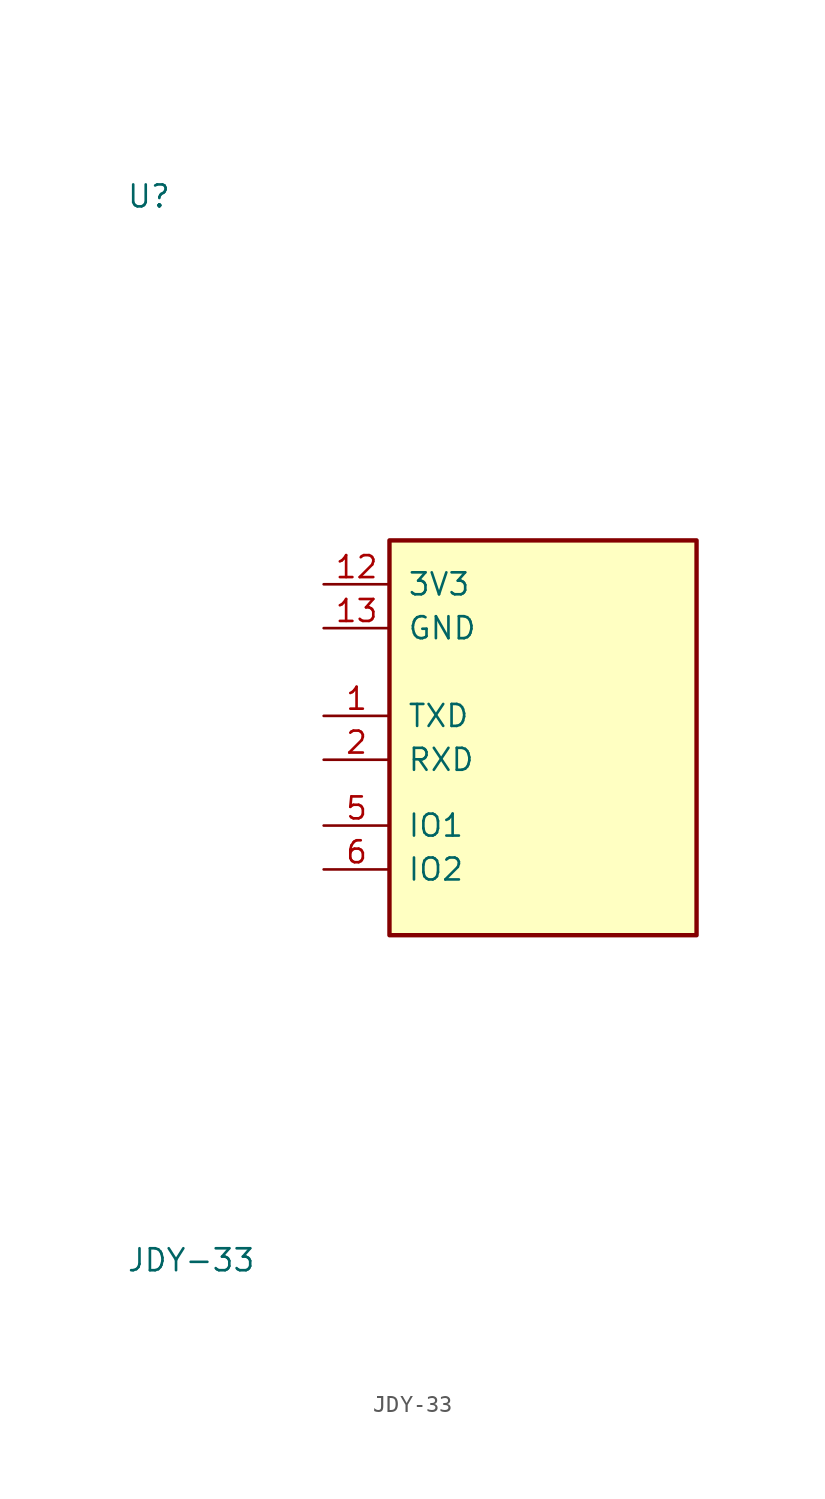
<source format=kicad_sym>
(kicad_symbol_lib
  (version 20211014)
  (generator kicad_symbol_editor)
  (symbol "JDY-33"
    (pin_names
      (offset 1.016))
    (property "Reference" "U"
      (at -15.24 31.115 0)
      (effects (font (size 1.27 1.27)) (justify left bottom)))
    (property "Value" "JDY-33"
      (at -15.24 -30.48 0)
      (effects (font (size 1.27 1.27)) (justify left bottom)))
    (symbol "JDY-33_0_1"
      (rectangle (start 0 11.938) (end 17.78 -10.922) (stroke (width 0.254) (type default) (color 0 0 0 0)) (fill (type background))))
    (symbol "JDY-33_1_1"
      (pin output line (at -3.81 1.778 0) (length 3.81) (name "TXD" (effects (font (size 1.27 1.27)))) (number "1" (effects (font (size 1.27 1.27)))))
      (pin power_in line (at -3.81 9.398 0) (length 3.81) (name "3V3" (effects (font (size 1.27 1.27)))) (number "12" (effects (font (size 1.27 1.27)))))
      (pin power_in line (at -3.81 6.858 0) (length 3.81) (name "GND" (effects (font (size 1.27 1.27)))) (number "13" (effects (font (size 1.27 1.27)))))
      (pin input line (at -3.81 -0.762 0) (length 3.81) (name "RXD" (effects (font (size 1.27 1.27)))) (number "2" (effects (font (size 1.27 1.27)))))
      (pin passive line (at -3.81 -4.572 0) (length 3.81) (name "IO1" (effects (font (size 1.27 1.27)))) (number "5" (effects (font (size 1.27 1.27)))))
      (pin passive line (at -3.81 -7.112 0) (length 3.81) (name "IO2" (effects (font (size 1.27 1.27)))) (number "6" (effects (font (size 1.27 1.27))))))))
</source>
